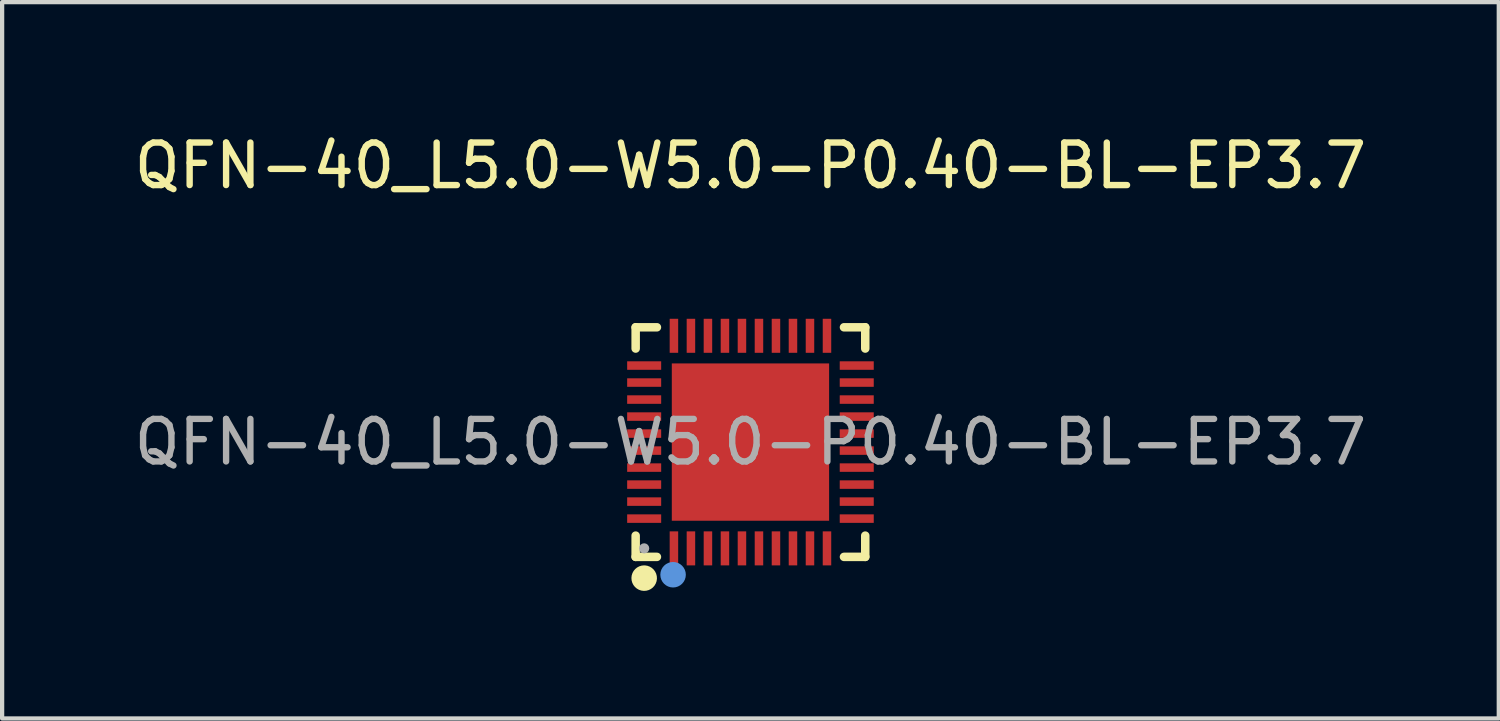
<source format=kicad_pcb>
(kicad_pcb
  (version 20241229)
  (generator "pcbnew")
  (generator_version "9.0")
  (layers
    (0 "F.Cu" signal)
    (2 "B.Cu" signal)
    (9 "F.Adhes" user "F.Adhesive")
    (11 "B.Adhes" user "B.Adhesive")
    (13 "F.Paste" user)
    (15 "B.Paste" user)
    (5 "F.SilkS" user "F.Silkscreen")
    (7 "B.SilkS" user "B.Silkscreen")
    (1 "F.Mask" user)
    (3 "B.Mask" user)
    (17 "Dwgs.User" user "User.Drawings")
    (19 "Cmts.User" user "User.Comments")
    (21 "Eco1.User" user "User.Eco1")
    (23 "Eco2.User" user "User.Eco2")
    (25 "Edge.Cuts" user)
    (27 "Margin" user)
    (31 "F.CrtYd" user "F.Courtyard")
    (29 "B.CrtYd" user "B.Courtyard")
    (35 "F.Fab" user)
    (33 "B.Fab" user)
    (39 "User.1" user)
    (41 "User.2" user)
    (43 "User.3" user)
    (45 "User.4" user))
  (footprint "QFN-40_L5.0-W5.0-P0.40-BL-EP3.7"
    (layer "F.Cu")
    (at 14.601 7.348)
    (property "Reference" "QFN-40_L5.0-W5.0-P0.40-BL-EP3.7" (at 0 -6.5 0) (layer "F.SilkS") (effects (font (size 1 1) (thickness 0.15))))
    (attr smd)
    (fp_line (start -2.7 -2.7) (end -2.7 -2.2) (stroke (width 0.2) (type solid)) (layer "F.SilkS"))
    (fp_line (start -2.7 2.7) (end -2.7 2.2) (stroke (width 0.2) (type solid)) (layer "F.SilkS"))
    (fp_line (start -2.2 -2.7) (end -2.7 -2.7) (stroke (width 0.2) (type solid)) (layer "F.SilkS"))
    (fp_line (start -2.2 2.7) (end -2.7 2.7) (stroke (width 0.2) (type solid)) (layer "F.SilkS"))
    (fp_line (start 2.7 -2.7) (end 2.2 -2.7) (stroke (width 0.2) (type solid)) (layer "F.SilkS"))
    (fp_line (start 2.7 -2.2) (end 2.7 -2.7) (stroke (width 0.2) (type solid)) (layer "F.SilkS"))
    (fp_line (start 2.7 2.2) (end 2.7 2.7) (stroke (width 0.2) (type solid)) (layer "F.SilkS"))
    (fp_line (start 2.7 2.7) (end 2.2 2.7) (stroke (width 0.2) (type solid)) (layer "F.SilkS"))
    (fp_arc (start -2.49 3.05) (mid -2.504995 3.35025) (end -2.500016 3.049667) (stroke (width 0.3) (type solid)) (layer "F.SilkS"))
    (fp_circle (center -1.82 3.12) (end -1.67 3.12) (stroke (width 0.3) (type solid)) (fill no) (layer "Cmts.User"))
    (fp_circle (center -2.5 2.5) (end -2.44 2.5) (stroke (width 0.12) (type solid)) (fill no) (layer "F.Fab"))
    (fp_text user "${REFERENCE}" (at 0 0 0) (layer "F.Fab") (effects (font (size 1 1) (thickness 0.15))))
    (pad "1" smd rect (at -1.8 2.5) (size 0.2 0.8) (layers "F.Cu" "F.Mask" "F.Paste"))
    (pad "2" smd rect (at -1.4 2.5) (size 0.2 0.8) (layers "F.Cu" "F.Mask" "F.Paste"))
    (pad "3" smd rect (at -1 2.5) (size 0.2 0.8) (layers "F.Cu" "F.Mask" "F.Paste"))
    (pad "4" smd rect (at -0.6 2.5) (size 0.2 0.8) (layers "F.Cu" "F.Mask" "F.Paste"))
    (pad "5" smd rect (at -0.2 2.5) (size 0.2 0.8) (layers "F.Cu" "F.Mask" "F.Paste"))
    (pad "6" smd rect (at 0.2 2.5) (size 0.2 0.8) (layers "F.Cu" "F.Mask" "F.Paste"))
    (pad "7" smd rect (at 0.6 2.5) (size 0.2 0.8) (layers "F.Cu" "F.Mask" "F.Paste"))
    (pad "8" smd rect (at 1 2.5) (size 0.2 0.8) (layers "F.Cu" "F.Mask" "F.Paste"))
    (pad "9" smd rect (at 1.4 2.5) (size 0.2 0.8) (layers "F.Cu" "F.Mask" "F.Paste"))
    (pad "10" smd rect (at 1.8 2.5) (size 0.2 0.8) (layers "F.Cu" "F.Mask" "F.Paste"))
    (pad "11" smd rect (at 2.5 1.8) (size 0.8 0.2) (layers "F.Cu" "F.Mask" "F.Paste"))
    (pad "12" smd rect (at 2.5 1.4) (size 0.8 0.2) (layers "F.Cu" "F.Mask" "F.Paste"))
    (pad "13" smd rect (at 2.5 1) (size 0.8 0.2) (layers "F.Cu" "F.Mask" "F.Paste"))
    (pad "14" smd rect (at 2.5 0.6) (size 0.8 0.2) (layers "F.Cu" "F.Mask" "F.Paste"))
    (pad "15" smd rect (at 2.5 0.2) (size 0.8 0.2) (layers "F.Cu" "F.Mask" "F.Paste"))
    (pad "16" smd rect (at 2.5 -0.2) (size 0.8 0.2) (layers "F.Cu" "F.Mask" "F.Paste"))
    (pad "17" smd rect (at 2.5 -0.6) (size 0.8 0.2) (layers "F.Cu" "F.Mask" "F.Paste"))
    (pad "18" smd rect (at 2.5 -1) (size 0.8 0.2) (layers "F.Cu" "F.Mask" "F.Paste"))
    (pad "19" smd rect (at 2.5 -1.4) (size 0.8 0.2) (layers "F.Cu" "F.Mask" "F.Paste"))
    (pad "20" smd rect (at 2.5 -1.8) (size 0.8 0.2) (layers "F.Cu" "F.Mask" "F.Paste"))
    (pad "21" smd rect (at 1.8 -2.5) (size 0.2 0.8) (layers "F.Cu" "F.Mask" "F.Paste"))
    (pad "22" smd rect (at 1.4 -2.5) (size 0.2 0.8) (layers "F.Cu" "F.Mask" "F.Paste"))
    (pad "23" smd rect (at 1 -2.5) (size 0.2 0.8) (layers "F.Cu" "F.Mask" "F.Paste"))
    (pad "24" smd rect (at 0.6 -2.5) (size 0.2 0.8) (layers "F.Cu" "F.Mask" "F.Paste"))
    (pad "25" smd rect (at 0.2 -2.5) (size 0.2 0.8) (layers "F.Cu" "F.Mask" "F.Paste"))
    (pad "26" smd rect (at -0.2 -2.5) (size 0.2 0.8) (layers "F.Cu" "F.Mask" "F.Paste"))
    (pad "27" smd rect (at -0.6 -2.5) (size 0.2 0.8) (layers "F.Cu" "F.Mask" "F.Paste"))
    (pad "28" smd rect (at -1 -2.5) (size 0.2 0.8) (layers "F.Cu" "F.Mask" "F.Paste"))
    (pad "29" smd rect (at -1.4 -2.5) (size 0.2 0.8) (layers "F.Cu" "F.Mask" "F.Paste"))
    (pad "30" smd rect (at -1.8 -2.5) (size 0.2 0.8) (layers "F.Cu" "F.Mask" "F.Paste"))
    (pad "31" smd rect (at -2.5 -1.8) (size 0.8 0.2) (layers "F.Cu" "F.Mask" "F.Paste"))
    (pad "32" smd rect (at -2.5 -1.4) (size 0.8 0.2) (layers "F.Cu" "F.Mask" "F.Paste"))
    (pad "33" smd rect (at -2.5 -1) (size 0.8 0.2) (layers "F.Cu" "F.Mask" "F.Paste"))
    (pad "34" smd rect (at -2.5 -0.6) (size 0.8 0.2) (layers "F.Cu" "F.Mask" "F.Paste"))
    (pad "35" smd rect (at -2.5 -0.2) (size 0.8 0.2) (layers "F.Cu" "F.Mask" "F.Paste"))
    (pad "36" smd rect (at -2.5 0.2) (size 0.8 0.2) (layers "F.Cu" "F.Mask" "F.Paste"))
    (pad "37" smd rect (at -2.5 0.6) (size 0.8 0.2) (layers "F.Cu" "F.Mask" "F.Paste"))
    (pad "38" smd rect (at -2.5 1) (size 0.8 0.2) (layers "F.Cu" "F.Mask" "F.Paste"))
    (pad "39" smd rect (at -2.5 1.4) (size 0.8 0.2) (layers "F.Cu" "F.Mask" "F.Paste"))
    (pad "40" smd rect (at -2.5 1.8) (size 0.8 0.2) (layers "F.Cu" "F.Mask" "F.Paste"))
    (pad "41" smd rect (at 0 0) (size 3.7 3.7) (layers "F.Cu" "F.Mask" "F.Paste")))
  (gr_rect
    (start -3 -3)
    (end 32.202 13.849)
    (stroke (width 0.1) (type default))
    (fill no)
    (layer "Edge.Cuts")))
</source>
